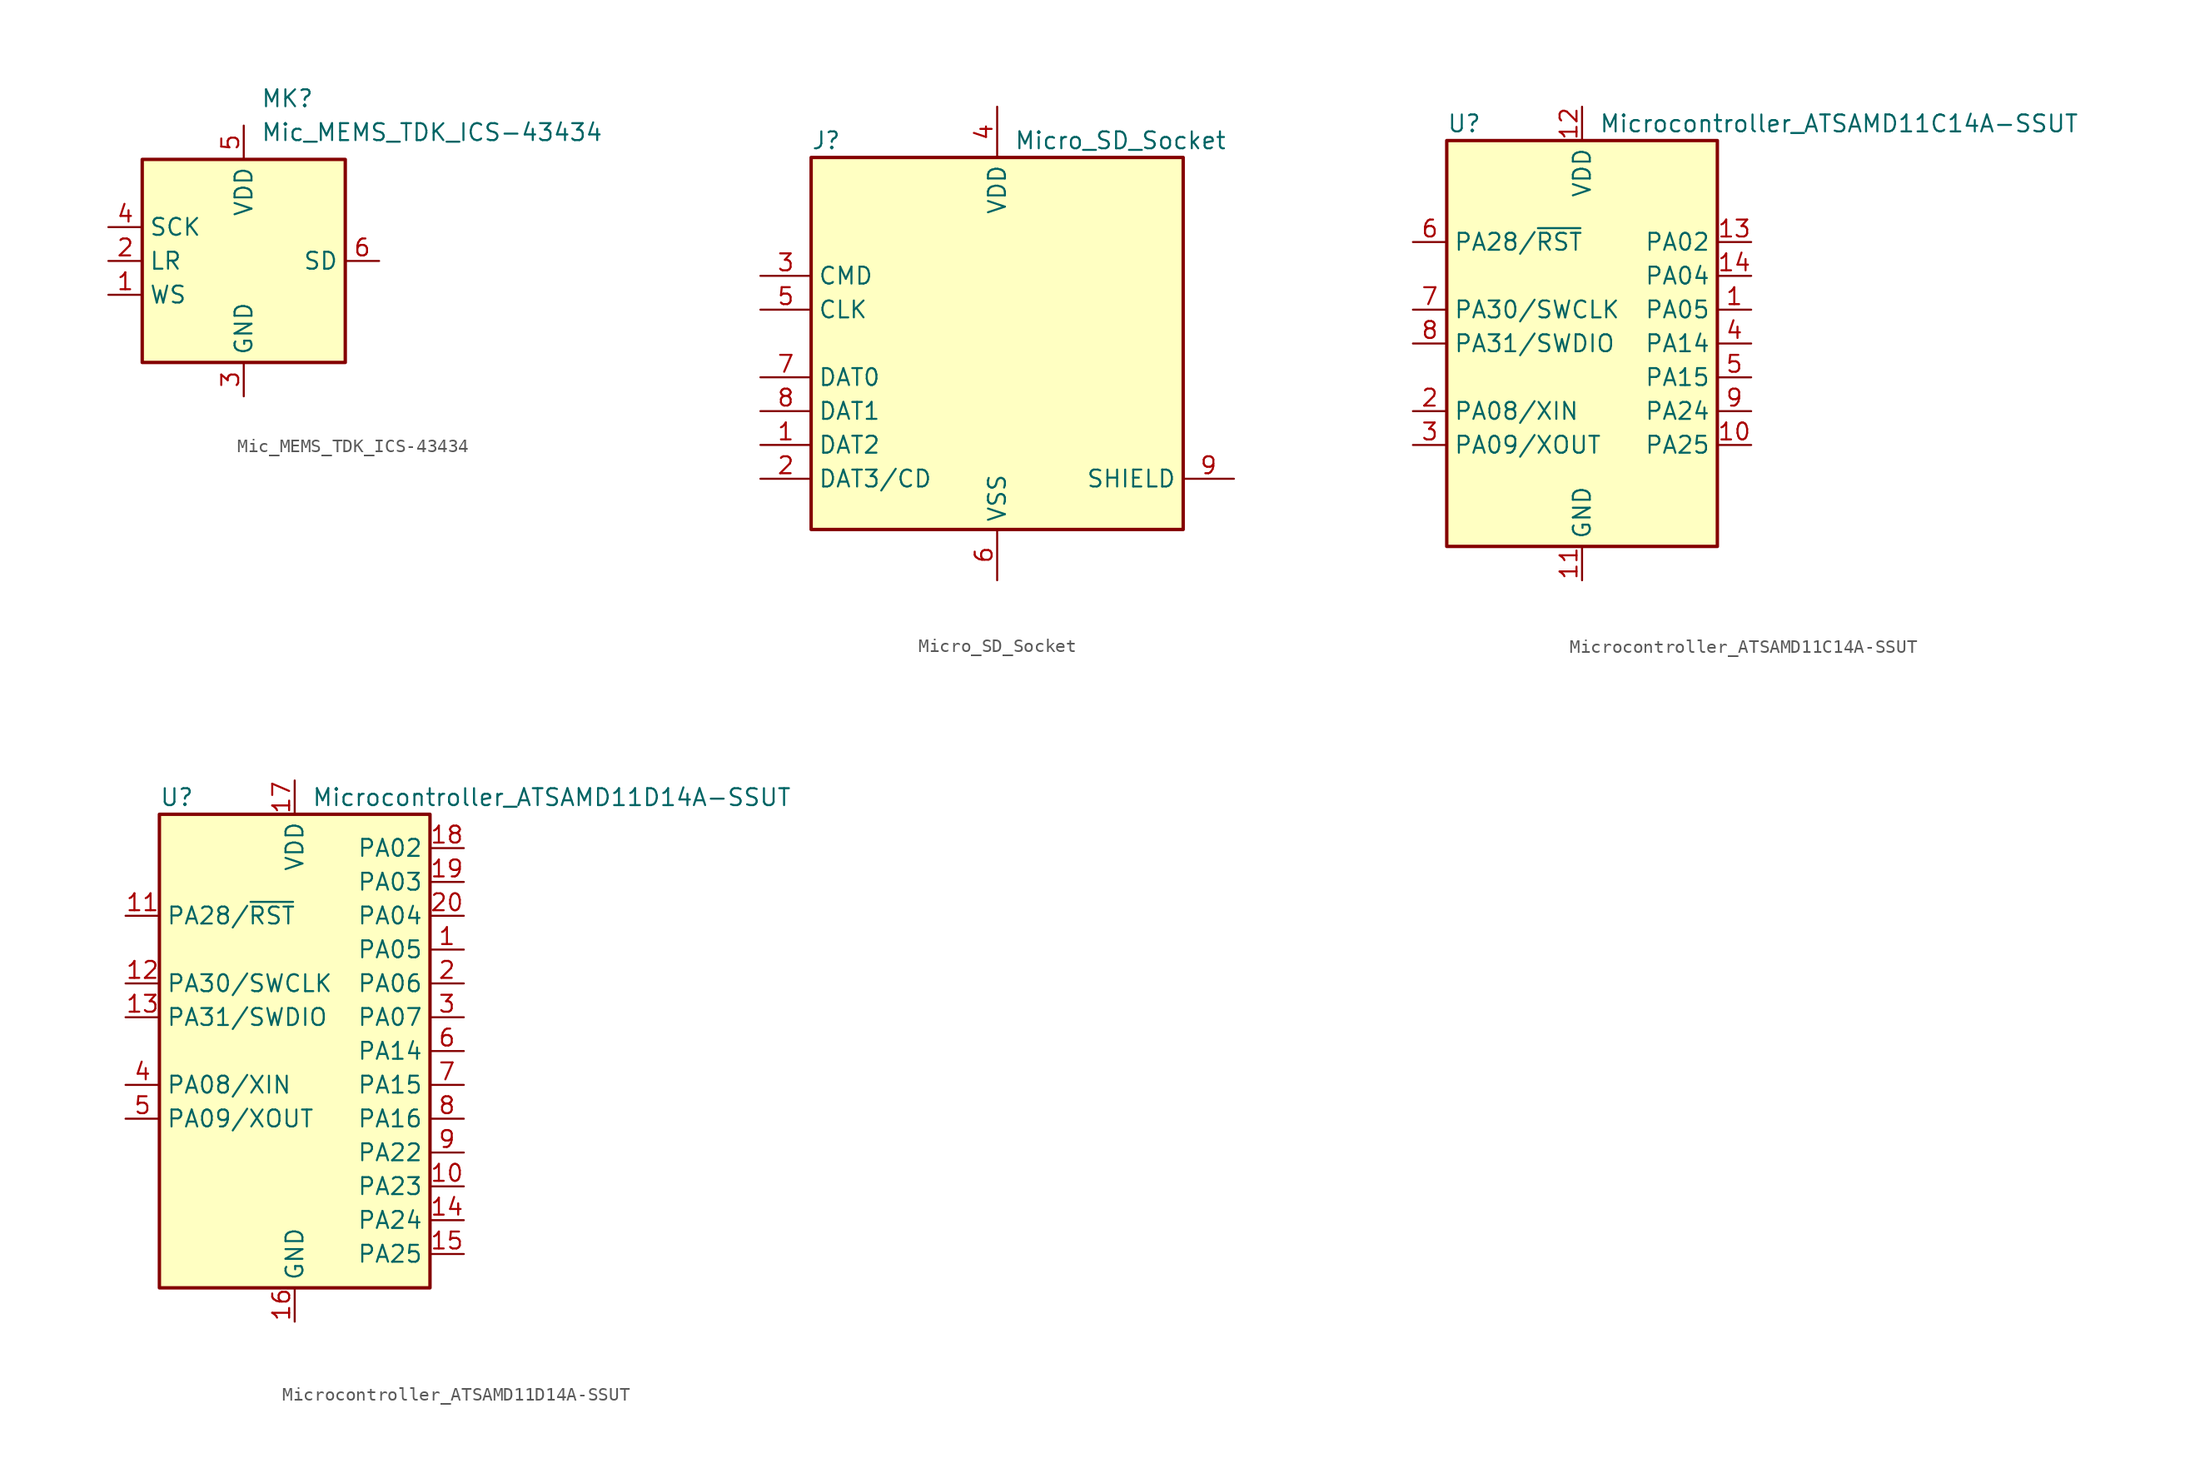
<source format=kicad_sym>
(kicad_symbol_lib
  (version 20231120)
  (generator "kicad_symbol_editor")
  (generator_version "8.0")
  (symbol "Mic_MEMS_TDK_ICS-43434"
    (property "Reference" "MK"
      (at 1.27 12.192 0)
      (effects (font (size 1.27 1.27)) (justify left)))
    (property "Value" "Mic_MEMS_TDK_ICS-43434"
      (at 1.27 9.652 0)
      (effects (font (size 1.27 1.27)) (justify left)))
    (symbol "Mic_MEMS_TDK_ICS-43434_0_1"
      (rectangle (start -7.62 7.62) (end 7.62 -7.62) (stroke (width 0.254) (type default)) (fill (type background))))
    (symbol "Mic_MEMS_TDK_ICS-43434_1_1"
      (pin input line (at -10.16 -2.54 0) (length 2.54) (name "WS" (effects (font (size 1.27 1.27)))) (number "1" (effects (font (size 1.27 1.27)))))
      (pin input line (at -10.16 0 0) (length 2.54) (name "LR" (effects (font (size 1.27 1.27)))) (number "2" (effects (font (size 1.27 1.27)))))
      (pin power_in line (at 0 -10.16 90) (length 2.54) (name "GND" (effects (font (size 1.27 1.27)))) (number "3" (effects (font (size 1.27 1.27)))))
      (pin input line (at -10.16 2.54 0) (length 2.54) (name "SCK" (effects (font (size 1.27 1.27)))) (number "4" (effects (font (size 1.27 1.27)))))
      (pin power_in line (at 0 10.16 270) (length 2.54) (name "VDD" (effects (font (size 1.27 1.27)))) (number "5" (effects (font (size 1.27 1.27)))))
      (pin output line (at 10.16 0 180) (length 2.54) (name "SD" (effects (font (size 1.27 1.27)))) (number "6" (effects (font (size 1.27 1.27)))))))
  (symbol "Micro_SD_Socket"
    (property "Reference" "J"
      (at -13.97 15.24 0)
      (effects (font (size 1.27 1.27)) (justify left)))
    (property "Value" "Micro_SD_Socket"
      (at 1.27 15.24 0)
      (effects (font (size 1.27 1.27)) (justify left)))
    (symbol "Micro_SD_Socket_0_1"
      (rectangle (start -13.97 13.97) (end 13.97 -13.97) (stroke (width 0.254) (type default)) (fill (type background))))
    (symbol "Micro_SD_Socket_1_1"
      (pin bidirectional line (at -17.78 -7.62 0) (length 3.81) (name "DAT2" (effects (font (size 1.27 1.27)))) (number "1" (effects (font (size 1.27 1.27)))))
      (pin bidirectional line (at -17.78 -10.16 0) (length 3.81) (name "DAT3/CD" (effects (font (size 1.27 1.27)))) (number "2" (effects (font (size 1.27 1.27)))))
      (pin input line (at -17.78 5.08 0) (length 3.81) (name "CMD" (effects (font (size 1.27 1.27)))) (number "3" (effects (font (size 1.27 1.27)))))
      (pin power_in line (at 0 17.78 270) (length 3.81) (name "VDD" (effects (font (size 1.27 1.27)))) (number "4" (effects (font (size 1.27 1.27)))))
      (pin input line (at -17.78 2.54 0) (length 3.81) (name "CLK" (effects (font (size 1.27 1.27)))) (number "5" (effects (font (size 1.27 1.27)))))
      (pin power_in line (at 0 -17.78 90) (length 3.81) (name "VSS" (effects (font (size 1.27 1.27)))) (number "6" (effects (font (size 1.27 1.27)))))
      (pin bidirectional line (at -17.78 -2.54 0) (length 3.81) (name "DAT0" (effects (font (size 1.27 1.27)))) (number "7" (effects (font (size 1.27 1.27)))))
      (pin bidirectional line (at -17.78 -5.08 0) (length 3.81) (name "DAT1" (effects (font (size 1.27 1.27)))) (number "8" (effects (font (size 1.27 1.27)))))
      (pin passive line (at 17.78 -10.16 180) (length 3.81) (name "SHIELD" (effects (font (size 1.27 1.27)))) (number "9" (effects (font (size 1.27 1.27)))))))
  (symbol "Microcontroller_ATSAMD11C14A-SSUT"
    (property "Reference" "U"
      (at -10.16 16.51 0)
      (effects (font (size 1.27 1.27)) (justify left)))
    (property "Value" "Microcontroller_ATSAMD11C14A-SSUT"
      (at 1.27 16.51 0)
      (effects (font (size 1.27 1.27)) (justify left)))
    (symbol "Microcontroller_ATSAMD11C14A-SSUT_0_1"
      (rectangle (start -10.16 15.24) (end 10.16 -15.24) (stroke (width 0.254) (type default)) (fill (type background))))
    (symbol "Microcontroller_ATSAMD11C14A-SSUT_1_1"
      (pin bidirectional line (at 12.7 2.54 180) (length 2.54) (name "PA05" (effects (font (size 1.27 1.27)))) (number "1" (effects (font (size 1.27 1.27)))))
      (pin bidirectional line (at 12.7 -7.62 180) (length 2.54) (name "PA25" (effects (font (size 1.27 1.27)))) (number "10" (effects (font (size 1.27 1.27)))))
      (pin power_in line (at 0 -17.78 90) (length 2.54) (name "GND" (effects (font (size 1.27 1.27)))) (number "11" (effects (font (size 1.27 1.27)))))
      (pin power_in line (at 0 17.78 270) (length 2.54) (name "VDD" (effects (font (size 1.27 1.27)))) (number "12" (effects (font (size 1.27 1.27)))))
      (pin bidirectional line (at 12.7 7.62 180) (length 2.54) (name "PA02" (effects (font (size 1.27 1.27)))) (number "13" (effects (font (size 1.27 1.27)))))
      (pin bidirectional line (at 12.7 5.08 180) (length 2.54) (name "PA04" (effects (font (size 1.27 1.27)))) (number "14" (effects (font (size 1.27 1.27)))))
      (pin bidirectional line (at -12.7 -5.08 0) (length 2.54) (name "PA08/XIN" (effects (font (size 1.27 1.27)))) (number "2" (effects (font (size 1.27 1.27)))))
      (pin bidirectional line (at -12.7 -7.62 0) (length 2.54) (name "PA09/XOUT" (effects (font (size 1.27 1.27)))) (number "3" (effects (font (size 1.27 1.27)))))
      (pin bidirectional line (at 12.7 0 180) (length 2.54) (name "PA14" (effects (font (size 1.27 1.27)))) (number "4" (effects (font (size 1.27 1.27)))))
      (pin bidirectional line (at 12.7 -2.54 180) (length 2.54) (name "PA15" (effects (font (size 1.27 1.27)))) (number "5" (effects (font (size 1.27 1.27)))))
      (pin bidirectional line (at -12.7 7.62 0) (length 2.54) (name "PA28/~{RST}" (effects (font (size 1.27 1.27)))) (number "6" (effects (font (size 1.27 1.27)))))
      (pin bidirectional line (at -12.7 2.54 0) (length 2.54) (name "PA30/SWCLK" (effects (font (size 1.27 1.27)))) (number "7" (effects (font (size 1.27 1.27)))))
      (pin bidirectional line (at -12.7 0 0) (length 2.54) (name "PA31/SWDIO" (effects (font (size 1.27 1.27)))) (number "8" (effects (font (size 1.27 1.27)))))
      (pin bidirectional line (at 12.7 -5.08 180) (length 2.54) (name "PA24" (effects (font (size 1.27 1.27)))) (number "9" (effects (font (size 1.27 1.27)))))))
  (symbol "Microcontroller_ATSAMD11D14A-SSUT"
    (property "Reference" "U"
      (at -10.16 19.05 0)
      (effects (font (size 1.27 1.27)) (justify left)))
    (property "Value" "Microcontroller_ATSAMD11D14A-SSUT"
      (at 1.27 19.05 0)
      (effects (font (size 1.27 1.27)) (justify left)))
    (symbol "Microcontroller_ATSAMD11D14A-SSUT_0_1"
      (rectangle (start -10.16 17.78) (end 10.16 -17.78) (stroke (width 0.254) (type default)) (fill (type background))))
    (symbol "Microcontroller_ATSAMD11D14A-SSUT_1_1"
      (pin bidirectional line (at 12.7 7.62 180) (length 2.54) (name "PA05" (effects (font (size 1.27 1.27)))) (number "1" (effects (font (size 1.27 1.27)))))
      (pin bidirectional line (at 12.7 -10.16 180) (length 2.54) (name "PA23" (effects (font (size 1.27 1.27)))) (number "10" (effects (font (size 1.27 1.27)))))
      (pin bidirectional line (at -12.7 10.16 0) (length 2.54) (name "PA28/~{RST}" (effects (font (size 1.27 1.27)))) (number "11" (effects (font (size 1.27 1.27)))))
      (pin bidirectional line (at -12.7 5.08 0) (length 2.54) (name "PA30/SWCLK" (effects (font (size 1.27 1.27)))) (number "12" (effects (font (size 1.27 1.27)))))
      (pin bidirectional line (at -12.7 2.54 0) (length 2.54) (name "PA31/SWDIO" (effects (font (size 1.27 1.27)))) (number "13" (effects (font (size 1.27 1.27)))))
      (pin bidirectional line (at 12.7 -12.7 180) (length 2.54) (name "PA24" (effects (font (size 1.27 1.27)))) (number "14" (effects (font (size 1.27 1.27)))))
      (pin bidirectional line (at 12.7 -15.24 180) (length 2.54) (name "PA25" (effects (font (size 1.27 1.27)))) (number "15" (effects (font (size 1.27 1.27)))))
      (pin power_in line (at 0 -20.32 90) (length 2.54) (name "GND" (effects (font (size 1.27 1.27)))) (number "16" (effects (font (size 1.27 1.27)))))
      (pin power_in line (at 0 20.32 270) (length 2.54) (name "VDD" (effects (font (size 1.27 1.27)))) (number "17" (effects (font (size 1.27 1.27)))))
      (pin bidirectional line (at 12.7 15.24 180) (length 2.54) (name "PA02" (effects (font (size 1.27 1.27)))) (number "18" (effects (font (size 1.27 1.27)))))
      (pin bidirectional line (at 12.7 12.7 180) (length 2.54) (name "PA03" (effects (font (size 1.27 1.27)))) (number "19" (effects (font (size 1.27 1.27)))))
      (pin bidirectional line (at 12.7 5.08 180) (length 2.54) (name "PA06" (effects (font (size 1.27 1.27)))) (number "2" (effects (font (size 1.27 1.27)))))
      (pin bidirectional line (at 12.7 10.16 180) (length 2.54) (name "PA04" (effects (font (size 1.27 1.27)))) (number "20" (effects (font (size 1.27 1.27)))))
      (pin bidirectional line (at 12.7 2.54 180) (length 2.54) (name "PA07" (effects (font (size 1.27 1.27)))) (number "3" (effects (font (size 1.27 1.27)))))
      (pin bidirectional line (at -12.7 -2.54 0) (length 2.54) (name "PA08/XIN" (effects (font (size 1.27 1.27)))) (number "4" (effects (font (size 1.27 1.27)))))
      (pin bidirectional line (at -12.7 -5.08 0) (length 2.54) (name "PA09/XOUT" (effects (font (size 1.27 1.27)))) (number "5" (effects (font (size 1.27 1.27)))))
      (pin bidirectional line (at 12.7 0 180) (length 2.54) (name "PA14" (effects (font (size 1.27 1.27)))) (number "6" (effects (font (size 1.27 1.27)))))
      (pin bidirectional line (at 12.7 -2.54 180) (length 2.54) (name "PA15" (effects (font (size 1.27 1.27)))) (number "7" (effects (font (size 1.27 1.27)))))
      (pin bidirectional line (at 12.7 -5.08 180) (length 2.54) (name "PA16" (effects (font (size 1.27 1.27)))) (number "8" (effects (font (size 1.27 1.27)))))
      (pin bidirectional line (at 12.7 -7.62 180) (length 2.54) (name "PA22" (effects (font (size 1.27 1.27)))) (number "9" (effects (font (size 1.27 1.27))))))))
</source>
